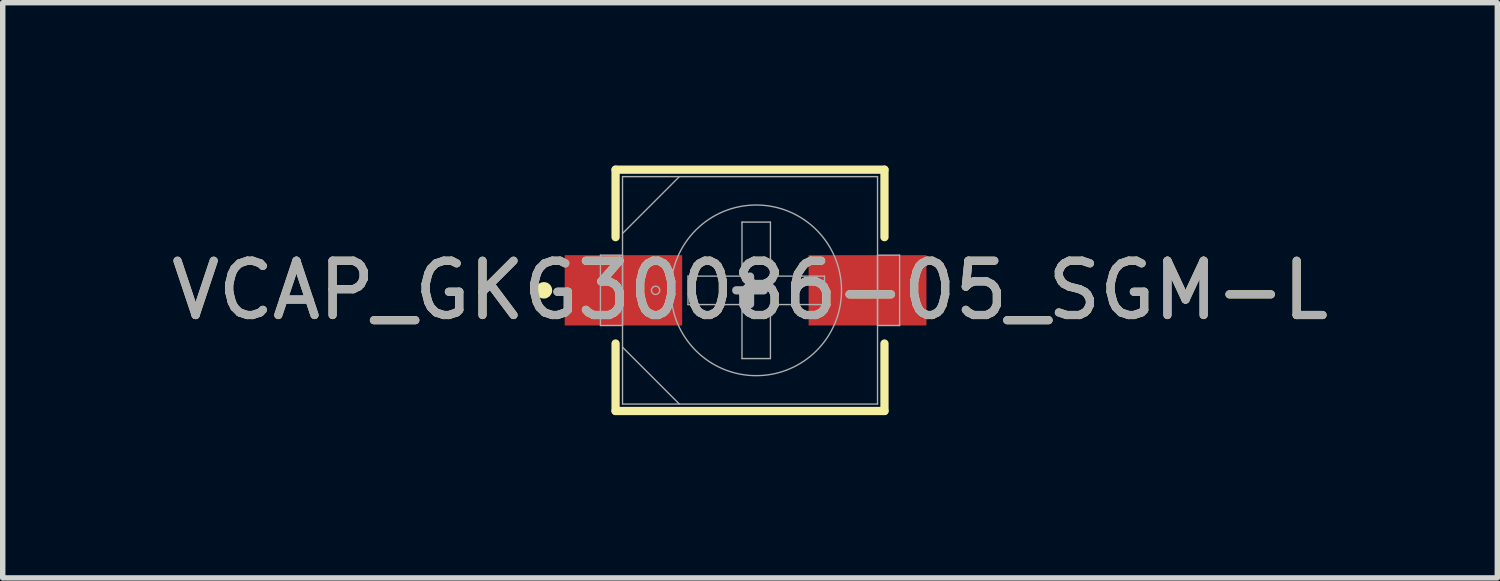
<source format=kicad_pcb>
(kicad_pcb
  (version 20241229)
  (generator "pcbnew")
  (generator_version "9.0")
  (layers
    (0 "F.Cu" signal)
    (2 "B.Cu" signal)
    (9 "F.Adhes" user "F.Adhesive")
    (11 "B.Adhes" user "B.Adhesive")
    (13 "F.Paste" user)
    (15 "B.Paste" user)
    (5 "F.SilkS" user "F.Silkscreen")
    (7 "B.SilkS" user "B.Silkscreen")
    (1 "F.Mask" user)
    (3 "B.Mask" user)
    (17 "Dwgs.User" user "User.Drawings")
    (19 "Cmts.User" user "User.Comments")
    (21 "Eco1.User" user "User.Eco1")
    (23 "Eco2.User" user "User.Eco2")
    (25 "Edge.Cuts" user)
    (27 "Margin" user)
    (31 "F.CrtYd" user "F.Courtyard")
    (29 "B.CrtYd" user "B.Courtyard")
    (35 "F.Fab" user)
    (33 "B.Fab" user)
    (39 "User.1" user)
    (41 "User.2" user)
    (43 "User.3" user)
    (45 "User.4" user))
  (footprint "VCAP_GKG30086-05_SGM-L"
    (layer "F.Cu")
    (at 10.768 2.299)
    (property "Reference" "VCAP_GKG30086-05_SGM-L" (at 0 0 0) (unlocked yes) (layer "F.SilkS") (effects (font (size 1 1) (thickness 0.15))))
    (attr smd)
    (fp_line (start -2.477 -2.223) (end -2.477 -0.98) (stroke (width 0.152) (type solid)) (layer "F.SilkS"))
    (fp_line (start -2.477 0.98) (end -2.477 2.223) (stroke (width 0.152) (type solid)) (layer "F.SilkS"))
    (fp_line (start -2.477 2.223) (end 2.477 2.223) (stroke (width 0.152) (type solid)) (layer "F.SilkS"))
    (fp_line (start 2.477 -2.223) (end -2.477 -2.223) (stroke (width 0.152) (type solid)) (layer "F.SilkS"))
    (fp_line (start 2.477 -0.98) (end 2.477 -2.223) (stroke (width 0.152) (type solid)) (layer "F.SilkS"))
    (fp_line (start 2.477 2.223) (end 2.477 0.98) (stroke (width 0.152) (type solid)) (layer "F.SilkS"))
    (fp_circle (center -3.797 0) (end -3.721 0) (stroke (width 0.152) (type solid)) (fill no) (layer "F.SilkS"))
    (fp_line (start -2.756 -0.648) (end -2.756 0.648) (stroke (width 0.025) (type solid)) (layer "F.Fab"))
    (fp_line (start -2.756 0.648) (end -2.349 0.648) (stroke (width 0.025) (type solid)) (layer "F.Fab"))
    (fp_line (start -2.349 -2.095) (end -2.349 2.095) (stroke (width 0.025) (type solid)) (layer "F.Fab"))
    (fp_line (start -2.349 -1.048) (end -1.302 -2.095) (stroke (width 0.025) (type solid)) (layer "F.Fab"))
    (fp_line (start -2.349 -0.648) (end -2.756 -0.648) (stroke (width 0.025) (type solid)) (layer "F.Fab"))
    (fp_line (start -2.349 0.648) (end -2.349 -0.648) (stroke (width 0.025) (type solid)) (layer "F.Fab"))
    (fp_line (start -2.349 1.048) (end -1.302 2.095) (stroke (width 0.025) (type solid)) (layer "F.Fab"))
    (fp_line (start -2.349 2.095) (end 2.349 2.095) (stroke (width 0.025) (type solid)) (layer "F.Fab"))
    (fp_line (start -1.143 -0.262) (end -1.143 0.262) (stroke (width 0.025) (type solid)) (layer "F.Fab"))
    (fp_line (start -0.254 0) (end 0.254 0) (stroke (width 0.152) (type solid)) (layer "F.Fab"))
    (fp_line (start -0.148 -1.257) (end -0.148 -0.262) (stroke (width 0.025) (type solid)) (layer "F.Fab"))
    (fp_line (start -0.148 -1.257) (end 0.376 -1.257) (stroke (width 0.025) (type solid)) (layer "F.Fab"))
    (fp_line (start -0.148 -0.262) (end -1.143 -0.262) (stroke (width 0.025) (type solid)) (layer "F.Fab"))
    (fp_line (start -0.148 0.262) (end -1.143 0.262) (stroke (width 0.025) (type solid)) (layer "F.Fab"))
    (fp_line (start -0.148 1.257) (end -0.148 0.262) (stroke (width 0.025) (type solid)) (layer "F.Fab"))
    (fp_line (start -0.148 1.257) (end 0.376 1.257) (stroke (width 0.025) (type solid)) (layer "F.Fab"))
    (fp_line (start 0 0.254) (end 0 -0.254) (stroke (width 0.152) (type solid)) (layer "F.Fab"))
    (fp_line (start 0.376 -1.257) (end 0.376 -0.262) (stroke (width 0.025) (type solid)) (layer "F.Fab"))
    (fp_line (start 0.376 -0.262) (end 1.372 -0.262) (stroke (width 0.025) (type solid)) (layer "F.Fab"))
    (fp_line (start 0.376 0.262) (end 1.372 0.262) (stroke (width 0.025) (type solid)) (layer "F.Fab"))
    (fp_line (start 0.376 1.257) (end 0.376 0.262) (stroke (width 0.025) (type solid)) (layer "F.Fab"))
    (fp_line (start 1.372 -0.262) (end 1.372 0.262) (stroke (width 0.025) (type solid)) (layer "F.Fab"))
    (fp_line (start 2.349 -2.095) (end -2.349 -2.095) (stroke (width 0.025) (type solid)) (layer "F.Fab"))
    (fp_line (start 2.349 -0.648) (end 2.349 0.648) (stroke (width 0.025) (type solid)) (layer "F.Fab"))
    (fp_line (start 2.349 0.648) (end 2.756 0.648) (stroke (width 0.025) (type solid)) (layer "F.Fab"))
    (fp_line (start 2.349 2.095) (end 2.349 -2.095) (stroke (width 0.025) (type solid)) (layer "F.Fab"))
    (fp_line (start 2.756 -0.648) (end 2.349 -0.648) (stroke (width 0.025) (type solid)) (layer "F.Fab"))
    (fp_line (start 2.756 0.648) (end 2.756 -0.648) (stroke (width 0.025) (type solid)) (layer "F.Fab"))
    (fp_circle (center -1.74 0) (end -1.664 0) (stroke (width 0.025) (type solid)) (fill no) (layer "F.Fab"))
    (fp_circle (center 0.114 0) (end 1.686 0) (stroke (width 0.025) (type solid)) (fill no) (layer "F.Fab"))
    (fp_text user "${REFERENCE}" (at 0 0 0) (unlocked yes) (layer "F.Fab") (effects (font (size 1 1) (thickness 0.15))))
    (pad "1" smd rect (at -2.332 0) (size 2.164 1.295) (layers "F.Cu" "F.Mask" "F.Paste"))
    (pad "2" smd rect (at 2.165 0) (size 2.171 1.295) (layers "F.Cu" "F.Mask" "F.Paste"))
    (zone (net_name "") (layer "F.Cu") (hatch full 0.508) (connect_pads) (min_thickness 0.254) (filled_areas_thickness no) (keepout (tracks not_allowed) (vias not_allowed) (pads allowed) (copperpour not_allowed) (footprints allowed)) (placement (enabled no)) (fill) (polygon (pts (xy 9.739 0.254) (xy 11.797 0.254) (xy 11.797 4.343) (xy 9.739 4.343)))))
  (gr_rect
    (start -3 -3)
    (end 24.536 7.597)
    (stroke (width 0.1) (type default))
    (fill no)
    (layer "Edge.Cuts")))
</source>
